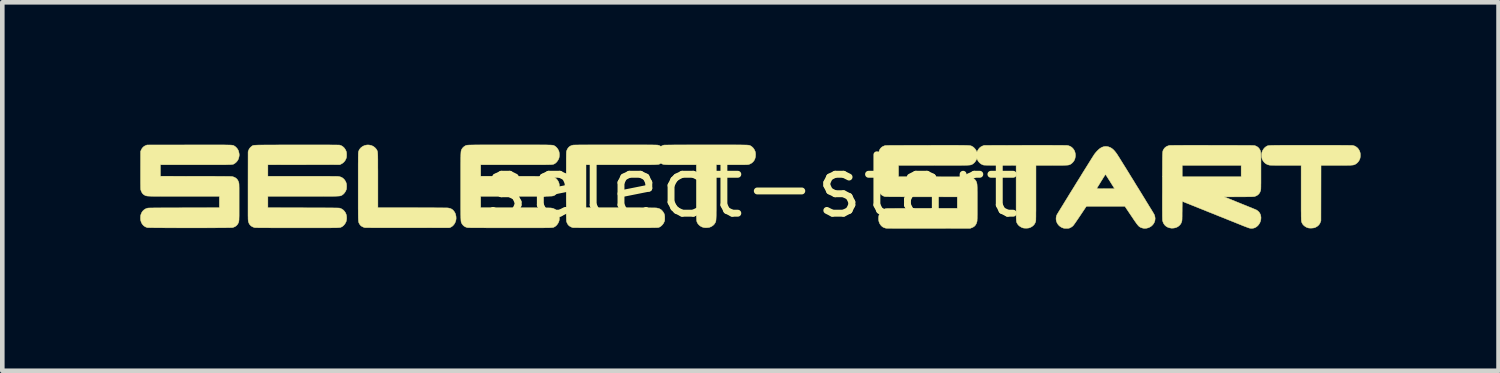
<source format=kicad_pcb>
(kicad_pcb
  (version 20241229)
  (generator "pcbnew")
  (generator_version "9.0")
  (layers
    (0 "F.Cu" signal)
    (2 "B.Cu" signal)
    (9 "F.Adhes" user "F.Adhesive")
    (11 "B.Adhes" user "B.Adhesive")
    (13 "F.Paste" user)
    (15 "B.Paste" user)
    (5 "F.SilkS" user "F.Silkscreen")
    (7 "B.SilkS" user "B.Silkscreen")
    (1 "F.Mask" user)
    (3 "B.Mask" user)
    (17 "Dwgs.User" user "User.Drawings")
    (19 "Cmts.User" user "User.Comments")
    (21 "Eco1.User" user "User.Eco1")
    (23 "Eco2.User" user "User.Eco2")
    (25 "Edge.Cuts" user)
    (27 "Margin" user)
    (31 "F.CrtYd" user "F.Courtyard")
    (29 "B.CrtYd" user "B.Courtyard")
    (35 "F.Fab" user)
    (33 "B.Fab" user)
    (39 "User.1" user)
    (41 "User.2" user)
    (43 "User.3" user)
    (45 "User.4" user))
  (footprint "select-start"
    (layer "F.Cu")
    (at 13.264 1.006)
    (property "Reference" "select-start" (at 0 0 0) (layer "F.SilkS") (effects (font (size 1.27 1.27) (thickness 0.15))))
    (attr through_hole)
    (fp_poly (pts (xy 12.303 -0.897) (xy 12.409 -0.897) (xy 12.508 -0.897) (xy 12.598 -0.897) (xy 12.68 -0.897) (xy 12.755 -0.897) (xy 12.822 -0.897) (xy 12.881 -0.896) (xy 12.933 -0.896) (xy 12.978 -0.896) (xy 13.015 -0.895) (xy 13.046 -0.895) (xy 13.07 -0.894) (xy 13.087 -0.894) (xy 13.097 -0.893) (xy 13.1 -0.893) (xy 13.138 -0.882) (xy 13.172 -0.863) (xy 13.203 -0.838) (xy 13.228 -0.807) (xy 13.247 -0.771) (xy 13.256 -0.745) (xy 13.261 -0.722) (xy 13.263 -0.694) (xy 13.263 -0.664) (xy 13.26 -0.635) (xy 13.255 -0.61) (xy 13.255 -0.609) (xy 13.24 -0.574) (xy 13.219 -0.541) (xy 13.193 -0.513) (xy 13.164 -0.491) (xy 13.153 -0.485) (xy 13.145 -0.481) (xy 13.137 -0.477) (xy 13.128 -0.474) (xy 13.119 -0.471) (xy 13.108 -0.469) (xy 13.095 -0.467) (xy 13.079 -0.466) (xy 13.059 -0.464) (xy 13.036 -0.463) (xy 13.008 -0.463) (xy 12.975 -0.462) (xy 12.937 -0.462) (xy 12.892 -0.462) (xy 12.84 -0.461) (xy 12.781 -0.461) (xy 12.738 -0.461) (xy 12.408 -0.461) (xy 12.407 0.141) (xy 12.406 0.743) (xy 12.396 0.771) (xy 12.38 0.807) (xy 12.357 0.838) (xy 12.327 0.864) (xy 12.293 0.884) (xy 12.269 0.894) (xy 12.242 0.9) (xy 12.21 0.903) (xy 12.178 0.904) (xy 12.148 0.902) (xy 12.134 0.9) (xy 12.1 0.889) (xy 12.067 0.871) (xy 12.038 0.849) (xy 12.014 0.824) (xy 12 0.801) (xy 11.997 0.795) (xy 11.994 0.789) (xy 11.991 0.783) (xy 11.989 0.778) (xy 11.987 0.771) (xy 11.985 0.763) (xy 11.983 0.754) (xy 11.982 0.743) (xy 11.98 0.729) (xy 11.979 0.712) (xy 11.979 0.692) (xy 11.978 0.669) (xy 11.977 0.641) (xy 11.977 0.608) (xy 11.977 0.571) (xy 11.976 0.528) (xy 11.976 0.479) (xy 11.976 0.424) (xy 11.976 0.362) (xy 11.976 0.293) (xy 11.976 0.216) (xy 11.976 0.135) (xy 11.976 -0.461) (xy 11.645 -0.461) (xy 11.573 -0.461) (xy 11.51 -0.462) (xy 11.455 -0.462) (xy 11.407 -0.462) (xy 11.368 -0.463) (xy 11.336 -0.464) (xy 11.312 -0.464) (xy 11.295 -0.465) (xy 11.286 -0.466) (xy 11.247 -0.477) (xy 11.211 -0.495) (xy 11.179 -0.52) (xy 11.153 -0.551) (xy 11.133 -0.586) (xy 11.125 -0.609) (xy 11.12 -0.634) (xy 11.117 -0.664) (xy 11.116 -0.694) (xy 11.119 -0.723) (xy 11.123 -0.745) (xy 11.138 -0.782) (xy 11.159 -0.816) (xy 11.184 -0.845) (xy 11.213 -0.868) (xy 11.222 -0.873) (xy 11.226 -0.876) (xy 11.231 -0.879) (xy 11.235 -0.881) (xy 11.24 -0.883) (xy 11.245 -0.885) (xy 11.251 -0.887) (xy 11.258 -0.888) (xy 11.268 -0.89) (xy 11.278 -0.891) (xy 11.292 -0.892) (xy 11.308 -0.893) (xy 11.327 -0.894) (xy 11.349 -0.894) (xy 11.375 -0.895) (xy 11.405 -0.896) (xy 11.44 -0.896) (xy 11.479 -0.896) (xy 11.523 -0.897) (xy 11.573 -0.897) (xy 11.628 -0.897) (xy 11.69 -0.897) (xy 11.758 -0.897) (xy 11.833 -0.897) (xy 11.915 -0.897) (xy 12.004 -0.897) (xy 12.101 -0.897) (xy 12.188 -0.897) (xy 12.303 -0.897)) (stroke (width 0.01) (type solid)) (fill yes) (layer "F.SilkS"))
    (fp_poly (pts (xy -8.274 -0.901) (xy -8.235 -0.891) (xy -8.198 -0.874) (xy -8.165 -0.849) (xy -8.159 -0.843) (xy -8.145 -0.829) (xy -8.132 -0.812) (xy -8.123 -0.798) (xy -8.122 -0.797) (xy -8.119 -0.791) (xy -8.116 -0.785) (xy -8.113 -0.779) (xy -8.111 -0.773) (xy -8.109 -0.766) (xy -8.107 -0.758) (xy -8.106 -0.749) (xy -8.104 -0.737) (xy -8.103 -0.722) (xy -8.102 -0.705) (xy -8.101 -0.685) (xy -8.1 -0.66) (xy -8.1 -0.631) (xy -8.099 -0.598) (xy -8.099 -0.56) (xy -8.099 -0.516) (xy -8.099 -0.466) (xy -8.099 -0.409) (xy -8.098 -0.346) (xy -8.098 -0.276) (xy -8.098 -0.198) (xy -8.098 -0.13) (xy -8.098 0.461) (xy -7.352 0.461) (xy -7.259 0.461) (xy -7.171 0.462) (xy -7.087 0.462) (xy -7.009 0.462) (xy -6.936 0.462) (xy -6.869 0.462) (xy -6.808 0.463) (xy -6.753 0.463) (xy -6.704 0.463) (xy -6.663 0.464) (xy -6.629 0.464) (xy -6.602 0.464) (xy -6.583 0.465) (xy -6.572 0.465) (xy -6.571 0.466) (xy -6.532 0.474) (xy -6.498 0.488) (xy -6.469 0.508) (xy -6.465 0.512) (xy -6.439 0.543) (xy -6.418 0.579) (xy -6.405 0.618) (xy -6.398 0.658) (xy -6.397 0.699) (xy -6.403 0.739) (xy -6.416 0.777) (xy -6.435 0.813) (xy -6.461 0.845) (xy -6.466 0.85) (xy -6.49 0.87) (xy -6.514 0.884) (xy -6.518 0.885) (xy -6.543 0.895) (xy -7.453 0.896) (xy -7.54 0.896) (xy -7.626 0.896) (xy -7.708 0.896) (xy -7.788 0.896) (xy -7.865 0.896) (xy -7.938 0.896) (xy -8.006 0.896) (xy -8.071 0.895) (xy -8.13 0.895) (xy -8.184 0.895) (xy -8.233 0.895) (xy -8.275 0.894) (xy -8.311 0.894) (xy -8.34 0.894) (xy -8.362 0.894) (xy -8.376 0.893) (xy -8.382 0.893) (xy -8.404 0.886) (xy -8.428 0.876) (xy -8.452 0.863) (xy -8.47 0.849) (xy -8.47 0.849) (xy -8.481 0.837) (xy -8.493 0.821) (xy -8.5 0.809) (xy -8.503 0.803) (xy -8.506 0.798) (xy -8.509 0.793) (xy -8.511 0.788) (xy -8.513 0.782) (xy -8.515 0.775) (xy -8.517 0.767) (xy -8.518 0.757) (xy -8.52 0.745) (xy -8.521 0.731) (xy -8.522 0.714) (xy -8.523 0.693) (xy -8.524 0.669) (xy -8.524 0.641) (xy -8.525 0.608) (xy -8.525 0.571) (xy -8.525 0.528) (xy -8.526 0.48) (xy -8.526 0.426) (xy -8.526 0.366) (xy -8.526 0.299) (xy -8.526 0.225) (xy -8.526 0.143) (xy -8.526 0.054) (xy -8.526 -0.003) (xy -8.526 -0.095) (xy -8.526 -0.18) (xy -8.526 -0.256) (xy -8.526 -0.326) (xy -8.526 -0.388) (xy -8.526 -0.444) (xy -8.526 -0.494) (xy -8.525 -0.538) (xy -8.525 -0.576) (xy -8.525 -0.61) (xy -8.525 -0.639) (xy -8.524 -0.663) (xy -8.524 -0.684) (xy -8.524 -0.702) (xy -8.523 -0.716) (xy -8.523 -0.727) (xy -8.522 -0.737) (xy -8.521 -0.744) (xy -8.521 -0.75) (xy -8.52 -0.754) (xy -8.519 -0.758) (xy -8.518 -0.761) (xy -8.506 -0.793) (xy -8.489 -0.819) (xy -8.467 -0.844) (xy -8.464 -0.847) (xy -8.43 -0.872) (xy -8.393 -0.89) (xy -8.354 -0.901) (xy -8.314 -0.905) (xy -8.274 -0.901)) (stroke (width 0.01) (type solid)) (fill yes) (layer "F.SilkS"))
    (fp_poly (pts (xy 7.768 -0.868) (xy 7.779 -0.866) (xy 7.811 -0.855) (xy 7.841 -0.841) (xy 7.869 -0.822) (xy 7.897 -0.798) (xy 7.925 -0.767) (xy 7.954 -0.73) (xy 7.982 -0.69) (xy 7.988 -0.68) (xy 7.998 -0.664) (xy 8.012 -0.642) (xy 8.03 -0.614) (xy 8.05 -0.581) (xy 8.074 -0.543) (xy 8.1 -0.501) (xy 8.128 -0.456) (xy 8.159 -0.407) (xy 8.191 -0.355) (xy 8.225 -0.3) (xy 8.259 -0.244) (xy 8.295 -0.186) (xy 8.332 -0.127) (xy 8.368 -0.067) (xy 8.405 -0.007) (xy 8.442 0.052) (xy 8.478 0.111) (xy 8.514 0.169) (xy 8.548 0.225) (xy 8.581 0.278) (xy 8.612 0.33) (xy 8.642 0.378) (xy 8.669 0.423) (xy 8.694 0.463) (xy 8.717 0.5) (xy 8.736 0.531) (xy 8.752 0.558) (xy 8.764 0.578) (xy 8.773 0.593) (xy 8.777 0.6) (xy 8.778 0.601) (xy 8.789 0.628) (xy 8.797 0.659) (xy 8.801 0.689) (xy 8.801 0.697) (xy 8.797 0.737) (xy 8.786 0.773) (xy 8.768 0.807) (xy 8.745 0.836) (xy 8.717 0.862) (xy 8.685 0.882) (xy 8.651 0.897) (xy 8.614 0.906) (xy 8.575 0.909) (xy 8.537 0.905) (xy 8.498 0.893) (xy 8.489 0.889) (xy 8.478 0.884) (xy 8.468 0.878) (xy 8.458 0.871) (xy 8.448 0.863) (xy 8.438 0.852) (xy 8.426 0.839) (xy 8.413 0.823) (xy 8.397 0.803) (xy 8.38 0.778) (xy 8.359 0.749) (xy 8.335 0.714) (xy 8.308 0.673) (xy 8.278 0.629) (xy 8.143 0.428) (xy 7.725 0.428) (xy 7.307 0.428) (xy 7.172 0.63) (xy 7.139 0.679) (xy 7.109 0.723) (xy 7.083 0.761) (xy 7.061 0.793) (xy 7.043 0.818) (xy 7.028 0.838) (xy 7.018 0.851) (xy 7.014 0.855) (xy 6.996 0.87) (xy 6.974 0.885) (xy 6.96 0.892) (xy 6.946 0.899) (xy 6.935 0.904) (xy 6.923 0.906) (xy 6.91 0.908) (xy 6.893 0.909) (xy 6.879 0.909) (xy 6.846 0.909) (xy 6.82 0.906) (xy 6.808 0.904) (xy 6.77 0.889) (xy 6.735 0.868) (xy 6.706 0.842) (xy 6.682 0.812) (xy 6.664 0.778) (xy 6.652 0.742) (xy 6.647 0.705) (xy 6.65 0.666) (xy 6.66 0.629) (xy 6.665 0.616) (xy 6.668 0.61) (xy 6.676 0.597) (xy 6.687 0.578) (xy 6.702 0.553) (xy 6.721 0.523) (xy 6.742 0.488) (xy 6.767 0.448) (xy 6.794 0.404) (xy 6.823 0.357) (xy 6.854 0.306) (xy 6.887 0.253) (xy 6.921 0.197) (xy 6.956 0.14) (xy 6.993 0.081) (xy 7.018 0.041) (xy 7.532 0.041) (xy 7.533 0.042) (xy 7.537 0.043) (xy 7.545 0.044) (xy 7.558 0.045) (xy 7.576 0.046) (xy 7.599 0.046) (xy 7.629 0.046) (xy 7.666 0.046) (xy 7.711 0.047) (xy 7.725 0.047) (xy 7.921 0.047) (xy 7.909 0.028) (xy 7.904 0.02) (xy 7.895 0.006) (xy 7.883 -0.013) (xy 7.868 -0.037) (xy 7.851 -0.064) (xy 7.832 -0.094) (xy 7.813 -0.125) (xy 7.811 -0.128) (xy 7.787 -0.165) (xy 7.768 -0.195) (xy 7.753 -0.219) (xy 7.741 -0.237) (xy 7.731 -0.25) (xy 7.725 -0.258) (xy 7.721 -0.261) (xy 7.719 -0.261) (xy 7.716 -0.257) (xy 7.709 -0.246) (xy 7.698 -0.229) (xy 7.685 -0.209) (xy 7.67 -0.185) (xy 7.654 -0.158) (xy 7.636 -0.13) (xy 7.618 -0.101) (xy 7.601 -0.072) (xy 7.584 -0.045) (xy 7.569 -0.02) (xy 7.555 0.002) (xy 7.544 0.02) (xy 7.537 0.033) (xy 7.533 0.04) (xy 7.532 0.041) (xy 7.018 0.041) (xy 7.03 0.022) (xy 7.067 -0.039) (xy 7.104 -0.099) (xy 7.141 -0.158) (xy 7.178 -0.217) (xy 7.213 -0.275) (xy 7.248 -0.331) (xy 7.281 -0.384) (xy 7.313 -0.435) (xy 7.343 -0.483) (xy 7.371 -0.528) (xy 7.396 -0.568) (xy 7.418 -0.604) (xy 7.438 -0.635) (xy 7.454 -0.66) (xy 7.467 -0.68) (xy 7.475 -0.694) (xy 7.48 -0.7) (xy 7.5 -0.727) (xy 7.524 -0.755) (xy 7.55 -0.782) (xy 7.575 -0.806) (xy 7.599 -0.826) (xy 7.61 -0.834) (xy 7.648 -0.855) (xy 7.688 -0.868) (xy 7.728 -0.872) (xy 7.768 -0.868)) (stroke (width 0.01) (type solid)) (fill yes) (layer "F.SilkS"))
    (fp_poly (pts (xy -9.447 -0.905) (xy -9.362 -0.905) (xy -9.283 -0.905) (xy -9.212 -0.905) (xy -9.149 -0.905) (xy -9.094 -0.904) (xy -9.047 -0.904) (xy -9.007 -0.904) (xy -8.976 -0.903) (xy -8.953 -0.903) (xy -8.938 -0.902) (xy -8.932 -0.902) (xy -8.896 -0.89) (xy -8.863 -0.871) (xy -8.834 -0.845) (xy -8.81 -0.813) (xy -8.791 -0.777) (xy -8.788 -0.768) (xy -8.784 -0.756) (xy -8.781 -0.743) (xy -8.779 -0.727) (xy -8.779 -0.707) (xy -8.778 -0.69) (xy -8.779 -0.666) (xy -8.78 -0.647) (xy -8.782 -0.633) (xy -8.785 -0.62) (xy -8.788 -0.612) (xy -8.806 -0.573) (xy -8.83 -0.54) (xy -8.86 -0.512) (xy -8.894 -0.491) (xy -8.926 -0.476) (xy -9.708 -0.475) (xy -10.49 -0.474) (xy -10.49 -0.224) (xy -9.746 -0.224) (xy -9.654 -0.224) (xy -9.566 -0.224) (xy -9.483 -0.224) (xy -9.405 -0.224) (xy -9.332 -0.224) (xy -9.265 -0.223) (xy -9.203 -0.223) (xy -9.148 -0.223) (xy -9.099 -0.222) (xy -9.058 -0.222) (xy -9.023 -0.222) (xy -8.996 -0.221) (xy -8.976 -0.221) (xy -8.965 -0.22) (xy -8.963 -0.22) (xy -8.923 -0.213) (xy -8.889 -0.201) (xy -8.86 -0.183) (xy -8.834 -0.159) (xy -8.818 -0.139) (xy -8.801 -0.112) (xy -8.79 -0.087) (xy -8.782 -0.061) (xy -8.779 -0.032) (xy -8.778 -0.002) (xy -8.779 0.023) (xy -8.78 0.041) (xy -8.782 0.056) (xy -8.786 0.07) (xy -8.788 0.074) (xy -8.803 0.107) (xy -8.823 0.137) (xy -8.847 0.163) (xy -8.873 0.184) (xy -8.883 0.189) (xy -8.889 0.192) (xy -8.893 0.195) (xy -8.898 0.197) (xy -8.903 0.199) (xy -8.908 0.201) (xy -8.915 0.202) (xy -8.923 0.204) (xy -8.932 0.205) (xy -8.944 0.206) (xy -8.958 0.207) (xy -8.976 0.208) (xy -8.996 0.209) (xy -9.02 0.21) (xy -9.048 0.21) (xy -9.081 0.211) (xy -9.118 0.211) (xy -9.16 0.211) (xy -9.208 0.211) (xy -9.262 0.211) (xy -9.322 0.212) (xy -9.389 0.212) (xy -9.463 0.212) (xy -9.544 0.212) (xy -9.632 0.212) (xy -9.719 0.212) (xy -10.49 0.212) (xy -10.49 0.461) (xy -9.719 0.462) (xy -9.624 0.463) (xy -9.537 0.463) (xy -9.457 0.463) (xy -9.385 0.463) (xy -9.32 0.463) (xy -9.262 0.463) (xy -9.21 0.464) (xy -9.164 0.464) (xy -9.123 0.464) (xy -9.087 0.464) (xy -9.056 0.465) (xy -9.029 0.465) (xy -9.007 0.465) (xy -8.988 0.466) (xy -8.972 0.466) (xy -8.959 0.467) (xy -8.949 0.467) (xy -8.941 0.468) (xy -8.934 0.469) (xy -8.929 0.469) (xy -8.925 0.47) (xy -8.922 0.471) (xy -8.885 0.487) (xy -8.852 0.509) (xy -8.824 0.538) (xy -8.801 0.572) (xy -8.788 0.605) (xy -8.781 0.632) (xy -8.778 0.663) (xy -8.777 0.697) (xy -8.781 0.729) (xy -8.787 0.756) (xy -8.787 0.758) (xy -8.801 0.788) (xy -8.819 0.817) (xy -8.841 0.843) (xy -8.865 0.864) (xy -8.881 0.874) (xy -8.886 0.877) (xy -8.891 0.879) (xy -8.895 0.881) (xy -8.899 0.883) (xy -8.904 0.885) (xy -8.909 0.887) (xy -8.916 0.889) (xy -8.924 0.89) (xy -8.934 0.891) (xy -8.946 0.892) (xy -8.96 0.893) (xy -8.977 0.894) (xy -8.998 0.895) (xy -9.022 0.895) (xy -9.05 0.896) (xy -9.082 0.896) (xy -9.118 0.897) (xy -9.16 0.897) (xy -9.207 0.897) (xy -9.259 0.897) (xy -9.317 0.897) (xy -9.382 0.897) (xy -9.453 0.897) (xy -9.531 0.897) (xy -9.617 0.897) (xy -9.71 0.897) (xy -9.811 0.897) (xy -9.853 0.897) (xy -9.958 0.897) (xy -10.054 0.897) (xy -10.143 0.897) (xy -10.224 0.897) (xy -10.299 0.897) (xy -10.366 0.897) (xy -10.427 0.897) (xy -10.482 0.896) (xy -10.531 0.896) (xy -10.574 0.896) (xy -10.612 0.896) (xy -10.645 0.896) (xy -10.674 0.895) (xy -10.699 0.895) (xy -10.719 0.894) (xy -10.737 0.894) (xy -10.751 0.894) (xy -10.762 0.893) (xy -10.77 0.892) (xy -10.776 0.892) (xy -10.781 0.891) (xy -10.782 0.891) (xy -10.82 0.877) (xy -10.851 0.859) (xy -10.866 0.846) (xy -10.885 0.825) (xy -10.899 0.802) (xy -10.909 0.775) (xy -10.914 0.759) (xy -10.915 0.755) (xy -10.916 0.751) (xy -10.917 0.746) (xy -10.917 0.74) (xy -10.918 0.732) (xy -10.919 0.723) (xy -10.919 0.712) (xy -10.92 0.699) (xy -10.92 0.683) (xy -10.92 0.663) (xy -10.921 0.64) (xy -10.921 0.613) (xy -10.921 0.581) (xy -10.921 0.545) (xy -10.921 0.503) (xy -10.921 0.456) (xy -10.921 0.403) (xy -10.921 0.344) (xy -10.921 0.278) (xy -10.921 0.205) (xy -10.921 0.124) (xy -10.921 0.035) (xy -10.921 -0.015) (xy -10.92 -0.756) (xy -10.911 -0.783) (xy -10.895 -0.818) (xy -10.873 -0.848) (xy -10.846 -0.871) (xy -10.845 -0.872) (xy -10.84 -0.876) (xy -10.836 -0.879) (xy -10.832 -0.882) (xy -10.828 -0.885) (xy -10.824 -0.887) (xy -10.819 -0.89) (xy -10.814 -0.892) (xy -10.807 -0.893) (xy -10.799 -0.895) (xy -10.788 -0.897) (xy -10.776 -0.898) (xy -10.76 -0.899) (xy -10.742 -0.9) (xy -10.721 -0.901) (xy -10.696 -0.902) (xy -10.666 -0.902) (xy -10.633 -0.903) (xy -10.595 -0.903) (xy -10.552 -0.904) (xy -10.503 -0.904) (xy -10.449 -0.904) (xy -10.389 -0.904) (xy -10.322 -0.904) (xy -10.249 -0.905) (xy -10.168 -0.905) (xy -10.081 -0.905) (xy -9.985 -0.905) (xy -9.882 -0.905) (xy -9.864 -0.905) (xy -9.749 -0.905) (xy -9.641 -0.905) (xy -9.541 -0.905) (xy -9.447 -0.905)) (stroke (width 0.01) (type solid)) (fill yes) (layer "F.SilkS"))
    (fp_poly (pts (xy 9.737 -0.897) (xy 9.834 -0.897) (xy 9.938 -0.897) (xy 10.048 -0.896) (xy 10.151 -0.896) (xy 10.247 -0.896) (xy 10.334 -0.896) (xy 10.414 -0.896) (xy 10.487 -0.896) (xy 10.554 -0.896) (xy 10.614 -0.895) (xy 10.667 -0.895) (xy 10.715 -0.895) (xy 10.758 -0.895) (xy 10.795 -0.895) (xy 10.828 -0.894) (xy 10.856 -0.894) (xy 10.881 -0.894) (xy 10.901 -0.893) (xy 10.919 -0.893) (xy 10.933 -0.892) (xy 10.944 -0.892) (xy 10.953 -0.891) (xy 10.96 -0.891) (xy 10.966 -0.89) (xy 10.97 -0.889) (xy 10.973 -0.888) (xy 10.974 -0.888) (xy 11.011 -0.872) (xy 11.041 -0.851) (xy 11.064 -0.825) (xy 11.08 -0.799) (xy 11.084 -0.791) (xy 11.087 -0.784) (xy 11.09 -0.776) (xy 11.092 -0.768) (xy 11.094 -0.759) (xy 11.096 -0.748) (xy 11.097 -0.735) (xy 11.099 -0.719) (xy 11.1 -0.699) (xy 11.1 -0.676) (xy 11.101 -0.648) (xy 11.101 -0.615) (xy 11.102 -0.577) (xy 11.102 -0.532) (xy 11.102 -0.481) (xy 11.102 -0.422) (xy 11.102 -0.356) (xy 11.102 -0.334) (xy 11.102 -0.267) (xy 11.102 -0.208) (xy 11.102 -0.157) (xy 11.102 -0.112) (xy 11.102 -0.074) (xy 11.101 -0.041) (xy 11.101 -0.013) (xy 11.101 0.009) (xy 11.1 0.028) (xy 11.1 0.043) (xy 11.099 0.055) (xy 11.098 0.065) (xy 11.097 0.072) (xy 11.096 0.078) (xy 11.095 0.083) (xy 11.095 0.084) (xy 11.081 0.122) (xy 11.062 0.153) (xy 11.037 0.179) (xy 11.007 0.199) (xy 10.969 0.214) (xy 10.966 0.215) (xy 10.961 0.216) (xy 10.955 0.218) (xy 10.946 0.219) (xy 10.934 0.219) (xy 10.918 0.22) (xy 10.899 0.221) (xy 10.874 0.221) (xy 10.845 0.222) (xy 10.81 0.222) (xy 10.768 0.223) (xy 10.72 0.223) (xy 10.664 0.223) (xy 10.624 0.223) (xy 10.302 0.225) (xy 10.644 0.362) (xy 10.695 0.383) (xy 10.745 0.403) (xy 10.792 0.422) (xy 10.836 0.44) (xy 10.877 0.456) (xy 10.913 0.471) (xy 10.944 0.484) (xy 10.969 0.494) (xy 10.988 0.503) (xy 11.001 0.508) (xy 11.005 0.51) (xy 11.02 0.52) (xy 11.036 0.533) (xy 11.044 0.539) (xy 11.069 0.567) (xy 11.087 0.6) (xy 11.098 0.635) (xy 11.103 0.673) (xy 11.101 0.711) (xy 11.093 0.749) (xy 11.078 0.787) (xy 11.057 0.822) (xy 11.033 0.851) (xy 11.002 0.877) (xy 10.968 0.896) (xy 10.933 0.906) (xy 10.894 0.909) (xy 10.859 0.905) (xy 10.85 0.903) (xy 10.834 0.898) (xy 10.812 0.89) (xy 10.786 0.88) (xy 10.757 0.869) (xy 10.725 0.857) (xy 10.709 0.851) (xy 10.69 0.843) (xy 10.664 0.832) (xy 10.631 0.819) (xy 10.591 0.803) (xy 10.547 0.785) (xy 10.497 0.765) (xy 10.442 0.743) (xy 10.384 0.72) (xy 10.323 0.695) (xy 10.258 0.669) (xy 10.191 0.643) (xy 10.123 0.615) (xy 10.054 0.587) (xy 9.992 0.563) (xy 9.925 0.536) (xy 9.859 0.509) (xy 9.796 0.484) (xy 9.736 0.46) (xy 9.68 0.437) (xy 9.627 0.416) (xy 9.579 0.397) (xy 9.535 0.379) (xy 9.497 0.364) (xy 9.464 0.351) (xy 9.437 0.34) (xy 9.417 0.332) (xy 9.403 0.326) (xy 9.397 0.324) (xy 9.396 0.323) (xy 9.395 0.324) (xy 9.394 0.326) (xy 9.393 0.331) (xy 9.392 0.339) (xy 9.391 0.352) (xy 9.39 0.369) (xy 9.39 0.391) (xy 9.39 0.419) (xy 9.389 0.455) (xy 9.389 0.497) (xy 9.389 0.53) (xy 9.388 0.578) (xy 9.388 0.617) (xy 9.388 0.651) (xy 9.387 0.677) (xy 9.387 0.699) (xy 9.386 0.716) (xy 9.385 0.73) (xy 9.384 0.74) (xy 9.383 0.748) (xy 9.381 0.755) (xy 9.379 0.762) (xy 9.378 0.765) (xy 9.366 0.796) (xy 9.35 0.822) (xy 9.329 0.845) (xy 9.324 0.85) (xy 9.291 0.875) (xy 9.253 0.892) (xy 9.212 0.902) (xy 9.168 0.905) (xy 9.159 0.905) (xy 9.115 0.898) (xy 9.076 0.885) (xy 9.041 0.865) (xy 9.012 0.839) (xy 8.989 0.808) (xy 8.972 0.771) (xy 8.964 0.742) (xy 8.963 0.737) (xy 8.962 0.731) (xy 8.962 0.723) (xy 8.961 0.713) (xy 8.961 0.7) (xy 8.96 0.684) (xy 8.96 0.665) (xy 8.959 0.643) (xy 8.959 0.616) (xy 8.959 0.585) (xy 8.959 0.548) (xy 8.958 0.507) (xy 8.958 0.46) (xy 8.958 0.407) (xy 8.958 0.348) (xy 8.958 0.282) (xy 8.958 0.209) (xy 8.959 0.129) (xy 8.959 0.04) (xy 8.959 -0.014) (xy 8.959 -0.107) (xy 8.959 -0.192) (xy 8.959 -0.269) (xy 8.959 -0.338) (xy 8.96 -0.401) (xy 8.96 -0.458) (xy 8.96 -0.461) (xy 9.39 -0.461) (xy 9.39 -0.212) (xy 10.672 -0.212) (xy 10.672 -0.461) (xy 9.39 -0.461) (xy 8.96 -0.461) (xy 8.96 -0.508) (xy 8.96 -0.552) (xy 8.961 -0.591) (xy 8.961 -0.625) (xy 8.962 -0.655) (xy 8.962 -0.68) (xy 8.963 -0.702) (xy 8.964 -0.72) (xy 8.965 -0.735) (xy 8.966 -0.748) (xy 8.967 -0.758) (xy 8.969 -0.766) (xy 8.97 -0.773) (xy 8.972 -0.779) (xy 8.974 -0.784) (xy 8.976 -0.789) (xy 8.979 -0.794) (xy 8.982 -0.799) (xy 8.983 -0.802) (xy 9.001 -0.831) (xy 9.026 -0.855) (xy 9.057 -0.875) (xy 9.092 -0.888) (xy 9.113 -0.893) (xy 9.119 -0.894) (xy 9.13 -0.894) (xy 9.147 -0.895) (xy 9.169 -0.895) (xy 9.197 -0.895) (xy 9.23 -0.896) (xy 9.27 -0.896) (xy 9.316 -0.896) (xy 9.368 -0.896) (xy 9.428 -0.897) (xy 9.494 -0.897) (xy 9.568 -0.897) (xy 9.649 -0.897) (xy 9.737 -0.897)) (stroke (width 0.01) (type solid)) (fill yes) (layer "F.SilkS"))
    (fp_poly (pts (xy -11.625 -0.905) (xy -11.569 -0.905) (xy -11.519 -0.905) (xy -11.475 -0.905) (xy -11.436 -0.905) (xy -11.401 -0.904) (xy -11.371 -0.904) (xy -11.345 -0.903) (xy -11.322 -0.903) (xy -11.303 -0.902) (xy -11.287 -0.901) (xy -11.274 -0.9) (xy -11.263 -0.898) (xy -11.254 -0.897) (xy -11.247 -0.895) (xy -11.241 -0.894) (xy -11.236 -0.892) (xy -11.231 -0.89) (xy -11.227 -0.887) (xy -11.223 -0.885) (xy -11.219 -0.882) (xy -11.216 -0.88) (xy -11.194 -0.865) (xy -11.172 -0.843) (xy -11.152 -0.819) (xy -11.138 -0.796) (xy -11.129 -0.775) (xy -11.122 -0.749) (xy -11.116 -0.722) (xy -11.113 -0.698) (xy -11.113 -0.69) (xy -11.114 -0.667) (xy -11.119 -0.641) (xy -11.126 -0.614) (xy -11.135 -0.591) (xy -11.138 -0.584) (xy -11.154 -0.558) (xy -11.176 -0.532) (xy -11.2 -0.511) (xy -11.215 -0.501) (xy -11.22 -0.498) (xy -11.225 -0.495) (xy -11.229 -0.492) (xy -11.234 -0.489) (xy -11.239 -0.487) (xy -11.245 -0.485) (xy -11.252 -0.483) (xy -11.261 -0.482) (xy -11.272 -0.481) (xy -11.285 -0.479) (xy -11.301 -0.478) (xy -11.321 -0.477) (xy -11.344 -0.477) (xy -11.37 -0.476) (xy -11.401 -0.475) (xy -11.437 -0.475) (xy -11.477 -0.475) (xy -11.523 -0.474) (xy -11.575 -0.474) (xy -11.633 -0.474) (xy -11.697 -0.474) (xy -11.769 -0.474) (xy -11.847 -0.474) (xy -11.933 -0.474) (xy -12.027 -0.474) (xy -12.057 -0.474) (xy -12.827 -0.474) (xy -12.827 -0.225) (xy -12.053 -0.223) (xy -11.958 -0.223) (xy -11.871 -0.223) (xy -11.791 -0.223) (xy -11.719 -0.223) (xy -11.654 -0.223) (xy -11.595 -0.222) (xy -11.543 -0.222) (xy -11.497 -0.222) (xy -11.456 -0.222) (xy -11.42 -0.221) (xy -11.389 -0.221) (xy -11.362 -0.221) (xy -11.339 -0.22) (xy -11.32 -0.22) (xy -11.304 -0.219) (xy -11.292 -0.219) (xy -11.281 -0.218) (xy -11.273 -0.218) (xy -11.266 -0.217) (xy -11.261 -0.216) (xy -11.257 -0.215) (xy -11.254 -0.215) (xy -11.219 -0.202) (xy -11.191 -0.187) (xy -11.168 -0.168) (xy -11.166 -0.166) (xy -11.149 -0.145) (xy -11.137 -0.124) (xy -11.127 -0.099) (xy -11.122 -0.084) (xy -11.121 -0.079) (xy -11.12 -0.074) (xy -11.119 -0.067) (xy -11.118 -0.059) (xy -11.117 -0.048) (xy -11.117 -0.035) (xy -11.116 -0.018) (xy -11.116 0.002) (xy -11.115 0.027) (xy -11.115 0.057) (xy -11.115 0.092) (xy -11.115 0.133) (xy -11.115 0.181) (xy -11.115 0.236) (xy -11.115 0.298) (xy -11.115 0.337) (xy -11.115 0.405) (xy -11.115 0.465) (xy -11.115 0.518) (xy -11.115 0.564) (xy -11.115 0.604) (xy -11.115 0.638) (xy -11.116 0.668) (xy -11.117 0.692) (xy -11.117 0.712) (xy -11.118 0.729) (xy -11.12 0.743) (xy -11.121 0.754) (xy -11.123 0.764) (xy -11.125 0.772) (xy -11.128 0.78) (xy -11.131 0.787) (xy -11.134 0.794) (xy -11.136 0.798) (xy -11.153 0.827) (xy -11.178 0.853) (xy -11.208 0.873) (xy -11.243 0.887) (xy -11.257 0.891) (xy -11.264 0.892) (xy -11.28 0.892) (xy -11.303 0.893) (xy -11.333 0.894) (xy -11.369 0.894) (xy -11.412 0.895) (xy -11.46 0.895) (xy -11.513 0.896) (xy -11.571 0.896) (xy -11.633 0.897) (xy -11.699 0.897) (xy -11.767 0.897) (xy -11.839 0.898) (xy -11.912 0.898) (xy -11.988 0.898) (xy -12.064 0.898) (xy -12.141 0.898) (xy -12.219 0.898) (xy -12.296 0.898) (xy -12.373 0.898) (xy -12.449 0.898) (xy -12.522 0.897) (xy -12.594 0.897) (xy -12.663 0.897) (xy -12.729 0.897) (xy -12.792 0.896) (xy -12.85 0.896) (xy -12.904 0.895) (xy -12.953 0.895) (xy -12.996 0.894) (xy -13.034 0.894) (xy -13.064 0.893) (xy -13.088 0.892) (xy -13.105 0.892) (xy -13.114 0.891) (xy -13.114 0.891) (xy -13.151 0.877) (xy -13.184 0.856) (xy -13.212 0.828) (xy -13.234 0.795) (xy -13.249 0.757) (xy -13.252 0.747) (xy -13.257 0.722) (xy -13.259 0.693) (xy -13.258 0.662) (xy -13.256 0.633) (xy -13.251 0.61) (xy -13.25 0.609) (xy -13.235 0.57) (xy -13.214 0.537) (xy -13.187 0.51) (xy -13.155 0.488) (xy -13.115 0.472) (xy -13.115 0.471) (xy -13.112 0.471) (xy -13.108 0.47) (xy -13.104 0.469) (xy -13.098 0.468) (xy -13.09 0.467) (xy -13.081 0.467) (xy -13.069 0.466) (xy -13.054 0.466) (xy -13.037 0.465) (xy -13.016 0.465) (xy -12.99 0.465) (xy -12.961 0.464) (xy -12.927 0.464) (xy -12.888 0.464) (xy -12.844 0.464) (xy -12.794 0.463) (xy -12.738 0.463) (xy -12.675 0.463) (xy -12.606 0.463) (xy -12.529 0.463) (xy -12.445 0.463) (xy -12.353 0.462) (xy -12.318 0.462) (xy -11.544 0.461) (xy -11.544 0.212) (xy -12.32 0.212) (xy -12.417 0.212) (xy -12.506 0.212) (xy -12.587 0.212) (xy -12.66 0.212) (xy -12.727 0.212) (xy -12.787 0.212) (xy -12.84 0.211) (xy -12.888 0.211) (xy -12.931 0.211) (xy -12.968 0.211) (xy -13.001 0.21) (xy -13.029 0.21) (xy -13.053 0.209) (xy -13.074 0.208) (xy -13.091 0.207) (xy -13.106 0.206) (xy -13.118 0.205) (xy -13.127 0.203) (xy -13.135 0.201) (xy -13.142 0.2) (xy -13.148 0.198) (xy -13.153 0.195) (xy -13.158 0.193) (xy -13.163 0.19) (xy -13.168 0.187) (xy -13.171 0.186) (xy -13.187 0.176) (xy -13.202 0.164) (xy -13.211 0.155) (xy -13.226 0.135) (xy -13.239 0.109) (xy -13.25 0.082) (xy -13.255 0.063) (xy -13.255 0.054) (xy -13.256 0.037) (xy -13.257 0.011) (xy -13.257 -0.023) (xy -13.258 -0.065) (xy -13.258 -0.114) (xy -13.258 -0.172) (xy -13.258 -0.237) (xy -13.258 -0.31) (xy -13.258 -0.362) (xy -13.257 -0.764) (xy -13.247 -0.788) (xy -13.228 -0.825) (xy -13.205 -0.854) (xy -13.177 -0.877) (xy -13.142 -0.894) (xy -13.142 -0.894) (xy -13.117 -0.904) (xy -12.203 -0.905) (xy -12.098 -0.905) (xy -12 -0.905) (xy -11.911 -0.905) (xy -11.829 -0.905) (xy -11.754 -0.905) (xy -11.686 -0.905) (xy -11.625 -0.905)) (stroke (width 0.01) (type solid)) (fill yes) (layer "F.SilkS"))
    (fp_poly (pts (xy -4.856 -0.906) (xy -4.782 -0.906) (xy -4.715 -0.906) (xy -4.654 -0.906) (xy -4.6 -0.906) (xy -4.551 -0.905) (xy -4.507 -0.905) (xy -4.469 -0.905) (xy -4.435 -0.905) (xy -4.406 -0.904) (xy -4.38 -0.903) (xy -4.358 -0.903) (xy -4.34 -0.902) (xy -4.325 -0.901) (xy -4.312 -0.9) (xy -4.301 -0.899) (xy -4.293 -0.898) (xy -4.286 -0.896) (xy -4.28 -0.895) (xy -4.275 -0.893) (xy -4.271 -0.891) (xy -4.267 -0.889) (xy -4.263 -0.887) (xy -4.258 -0.885) (xy -4.257 -0.884) (xy -4.233 -0.868) (xy -4.209 -0.845) (xy -4.188 -0.818) (xy -4.171 -0.788) (xy -4.161 -0.763) (xy -4.155 -0.734) (xy -4.152 -0.701) (xy -4.153 -0.666) (xy -4.157 -0.635) (xy -4.161 -0.617) (xy -4.174 -0.587) (xy -4.192 -0.558) (xy -4.213 -0.531) (xy -4.237 -0.509) (xy -4.257 -0.496) (xy -4.262 -0.493) (xy -4.267 -0.491) (xy -4.271 -0.489) (xy -4.276 -0.487) (xy -4.281 -0.485) (xy -4.287 -0.483) (xy -4.295 -0.482) (xy -4.304 -0.48) (xy -4.315 -0.479) (xy -4.329 -0.478) (xy -4.346 -0.477) (xy -4.365 -0.477) (xy -4.389 -0.476) (xy -4.416 -0.476) (xy -4.448 -0.475) (xy -4.484 -0.475) (xy -4.526 -0.475) (xy -4.573 -0.474) (xy -4.625 -0.474) (xy -4.684 -0.474) (xy -4.75 -0.474) (xy -4.822 -0.474) (xy -4.902 -0.474) (xy -4.99 -0.474) (xy -5.085 -0.474) (xy -5.091 -0.474) (xy -5.863 -0.474) (xy -5.863 -0.225) (xy -5.092 -0.223) (xy -4.997 -0.223) (xy -4.91 -0.223) (xy -4.831 -0.223) (xy -4.759 -0.223) (xy -4.694 -0.223) (xy -4.636 -0.222) (xy -4.584 -0.222) (xy -4.537 -0.222) (xy -4.497 -0.222) (xy -4.461 -0.222) (xy -4.43 -0.221) (xy -4.404 -0.221) (xy -4.381 -0.221) (xy -4.363 -0.22) (xy -4.347 -0.22) (xy -4.334 -0.219) (xy -4.324 -0.219) (xy -4.316 -0.218) (xy -4.31 -0.217) (xy -4.305 -0.216) (xy -4.301 -0.216) (xy -4.298 -0.215) (xy -4.297 -0.214) (xy -4.28 -0.208) (xy -4.264 -0.202) (xy -4.257 -0.198) (xy -4.232 -0.181) (xy -4.208 -0.158) (xy -4.187 -0.13) (xy -4.17 -0.1) (xy -4.161 -0.077) (xy -4.155 -0.048) (xy -4.152 -0.015) (xy -4.153 0.019) (xy -4.157 0.05) (xy -4.161 0.068) (xy -4.174 0.099) (xy -4.192 0.129) (xy -4.215 0.156) (xy -4.239 0.178) (xy -4.258 0.19) (xy -4.263 0.193) (xy -4.268 0.195) (xy -4.272 0.197) (xy -4.277 0.199) (xy -4.282 0.201) (xy -4.289 0.203) (xy -4.297 0.204) (xy -4.307 0.205) (xy -4.319 0.207) (xy -4.333 0.208) (xy -4.351 0.208) (xy -4.372 0.209) (xy -4.396 0.21) (xy -4.425 0.21) (xy -4.457 0.211) (xy -4.495 0.211) (xy -4.538 0.211) (xy -4.587 0.211) (xy -4.641 0.212) (xy -4.702 0.212) (xy -4.769 0.212) (xy -4.843 0.212) (xy -4.925 0.212) (xy -5.015 0.212) (xy -5.094 0.212) (xy -5.863 0.212) (xy -5.863 0.461) (xy -5.119 0.462) (xy -5.025 0.462) (xy -4.936 0.462) (xy -4.852 0.462) (xy -4.773 0.462) (xy -4.7 0.462) (xy -4.632 0.462) (xy -4.571 0.463) (xy -4.516 0.463) (xy -4.468 0.463) (xy -4.426 0.464) (xy -4.392 0.464) (xy -4.366 0.465) (xy -4.347 0.465) (xy -4.337 0.466) (xy -4.336 0.466) (xy -4.295 0.473) (xy -4.259 0.488) (xy -4.227 0.509) (xy -4.2 0.537) (xy -4.186 0.556) (xy -4.169 0.589) (xy -4.158 0.623) (xy -4.153 0.661) (xy -4.152 0.677) (xy -4.153 0.698) (xy -4.154 0.718) (xy -4.156 0.734) (xy -4.157 0.739) (xy -4.167 0.77) (xy -4.183 0.801) (xy -4.203 0.829) (xy -4.226 0.854) (xy -4.251 0.872) (xy -4.253 0.873) (xy -4.258 0.876) (xy -4.262 0.878) (xy -4.267 0.881) (xy -4.271 0.883) (xy -4.275 0.885) (xy -4.281 0.887) (xy -4.288 0.888) (xy -4.296 0.89) (xy -4.306 0.891) (xy -4.318 0.892) (xy -4.333 0.893) (xy -4.351 0.894) (xy -4.372 0.895) (xy -4.396 0.895) (xy -4.425 0.896) (xy -4.457 0.896) (xy -4.494 0.897) (xy -4.537 0.897) (xy -4.584 0.897) (xy -4.637 0.897) (xy -4.696 0.897) (xy -4.761 0.897) (xy -4.833 0.897) (xy -4.912 0.897) (xy -4.999 0.897) (xy -5.093 0.897) (xy -5.195 0.897) (xy -5.228 0.897) (xy -5.333 0.897) (xy -5.43 0.897) (xy -5.519 0.897) (xy -5.601 0.897) (xy -5.675 0.897) (xy -5.743 0.897) (xy -5.804 0.896) (xy -5.859 0.896) (xy -5.908 0.896) (xy -5.952 0.896) (xy -5.99 0.896) (xy -6.023 0.895) (xy -6.052 0.895) (xy -6.077 0.895) (xy -6.097 0.894) (xy -6.114 0.894) (xy -6.128 0.893) (xy -6.139 0.893) (xy -6.147 0.892) (xy -6.153 0.891) (xy -6.157 0.891) (xy -6.157 0.891) (xy -6.194 0.878) (xy -6.226 0.859) (xy -6.252 0.834) (xy -6.273 0.804) (xy -6.275 0.799) (xy -6.278 0.793) (xy -6.281 0.788) (xy -6.283 0.782) (xy -6.285 0.777) (xy -6.287 0.77) (xy -6.288 0.763) (xy -6.29 0.754) (xy -6.291 0.742) (xy -6.292 0.729) (xy -6.293 0.713) (xy -6.294 0.694) (xy -6.295 0.671) (xy -6.295 0.644) (xy -6.296 0.613) (xy -6.296 0.578) (xy -6.296 0.537) (xy -6.297 0.491) (xy -6.297 0.439) (xy -6.297 0.382) (xy -6.297 0.317) (xy -6.297 0.245) (xy -6.297 0.167) (xy -6.297 0.08) (xy -6.297 -0.004) (xy -6.297 -0.098) (xy -6.297 -0.184) (xy -6.297 -0.261) (xy -6.297 -0.332) (xy -6.297 -0.396) (xy -6.297 -0.453) (xy -6.297 -0.504) (xy -6.296 -0.549) (xy -6.296 -0.589) (xy -6.296 -0.624) (xy -6.295 -0.654) (xy -6.295 -0.681) (xy -6.294 -0.703) (xy -6.293 -0.722) (xy -6.292 -0.738) (xy -6.291 -0.751) (xy -6.29 -0.762) (xy -6.288 -0.771) (xy -6.287 -0.779) (xy -6.285 -0.785) (xy -6.283 -0.791) (xy -6.281 -0.796) (xy -6.278 -0.802) (xy -6.276 -0.807) (xy -6.264 -0.828) (xy -6.246 -0.849) (xy -6.226 -0.867) (xy -6.206 -0.881) (xy -6.202 -0.883) (xy -6.197 -0.886) (xy -6.192 -0.888) (xy -6.188 -0.89) (xy -6.184 -0.892) (xy -6.179 -0.894) (xy -6.173 -0.896) (xy -6.166 -0.897) (xy -6.157 -0.899) (xy -6.147 -0.9) (xy -6.134 -0.901) (xy -6.119 -0.902) (xy -6.1 -0.903) (xy -6.079 -0.903) (xy -6.054 -0.904) (xy -6.025 -0.904) (xy -5.992 -0.905) (xy -5.954 -0.905) (xy -5.911 -0.905) (xy -5.863 -0.906) (xy -5.809 -0.906) (xy -5.749 -0.906) (xy -5.683 -0.906) (xy -5.61 -0.906) (xy -5.53 -0.906) (xy -5.443 -0.906) (xy -5.348 -0.906) (xy -5.245 -0.906) (xy -5.226 -0.906) (xy -5.122 -0.906) (xy -5.025 -0.906) (xy -4.937 -0.906) (xy -4.856 -0.906)) (stroke (width 0.01) (type solid)) (fill yes) (layer "F.SilkS"))
    (fp_poly (pts (xy -2.828 -0.906) (xy -2.733 -0.906) (xy -2.646 -0.906) (xy -2.566 -0.906) (xy -2.493 -0.906) (xy -2.427 -0.906) (xy -2.367 -0.906) (xy -2.314 -0.906) (xy -2.266 -0.906) (xy -2.224 -0.905) (xy -2.186 -0.905) (xy -2.153 -0.905) (xy -2.125 -0.905) (xy -2.101 -0.904) (xy -2.08 -0.904) (xy -2.062 -0.904) (xy -2.048 -0.903) (xy -2.036 -0.903) (xy -2.026 -0.902) (xy -2.019 -0.902) (xy -2.013 -0.901) (xy -2.008 -0.9) (xy -2.004 -0.899) (xy -2.001 -0.898) (xy -1.998 -0.898) (xy -1.981 -0.892) (xy -1.967 -0.886) (xy -1.959 -0.881) (xy -1.952 -0.877) (xy -1.946 -0.876) (xy -1.939 -0.877) (xy -1.928 -0.882) (xy -1.923 -0.885) (xy -1.906 -0.892) (xy -1.889 -0.899) (xy -1.88 -0.901) (xy -1.873 -0.902) (xy -1.858 -0.902) (xy -1.834 -0.903) (xy -1.803 -0.903) (xy -1.763 -0.904) (xy -1.714 -0.904) (xy -1.658 -0.905) (xy -1.592 -0.905) (xy -1.519 -0.905) (xy -1.437 -0.905) (xy -1.347 -0.906) (xy -1.248 -0.906) (xy -1.141 -0.906) (xy -1.025 -0.906) (xy -0.959 -0.906) (xy -0.855 -0.906) (xy -0.759 -0.906) (xy -0.67 -0.906) (xy -0.59 -0.906) (xy -0.516 -0.906) (xy -0.449 -0.906) (xy -0.389 -0.906) (xy -0.334 -0.906) (xy -0.286 -0.905) (xy -0.242 -0.905) (xy -0.204 -0.905) (xy -0.17 -0.904) (xy -0.141 -0.904) (xy -0.115 -0.903) (xy -0.094 -0.903) (xy -0.075 -0.902) (xy -0.06 -0.901) (xy -0.047 -0.9) (xy -0.036 -0.899) (xy -0.028 -0.897) (xy -0.021 -0.896) (xy -0.015 -0.894) (xy -0.01 -0.892) (xy -0.005 -0.89) (xy -0.001 -0.888) (xy 0.003 -0.885) (xy 0.008 -0.883) (xy 0.01 -0.882) (xy 0.036 -0.864) (xy 0.061 -0.84) (xy 0.082 -0.811) (xy 0.099 -0.778) (xy 0.108 -0.754) (xy 0.111 -0.735) (xy 0.114 -0.711) (xy 0.114 -0.69) (xy 0.111 -0.645) (xy 0.1 -0.604) (xy 0.083 -0.568) (xy 0.059 -0.537) (xy 0.029 -0.511) (xy -0.007 -0.491) (xy -0.034 -0.481) (xy -0.039 -0.48) (xy -0.045 -0.479) (xy -0.053 -0.478) (xy -0.063 -0.477) (xy -0.077 -0.476) (xy -0.094 -0.476) (xy -0.115 -0.475) (xy -0.141 -0.475) (xy -0.173 -0.475) (xy -0.21 -0.474) (xy -0.253 -0.474) (xy -0.304 -0.474) (xy -0.362 -0.474) (xy -0.399 -0.474) (xy -0.741 -0.474) (xy -0.741 0.199) (xy -0.741 0.276) (xy -0.741 0.345) (xy -0.741 0.408) (xy -0.741 0.463) (xy -0.741 0.512) (xy -0.742 0.556) (xy -0.742 0.594) (xy -0.742 0.626) (xy -0.743 0.655) (xy -0.744 0.679) (xy -0.745 0.699) (xy -0.746 0.716) (xy -0.747 0.73) (xy -0.749 0.742) (xy -0.75 0.751) (xy -0.752 0.759) (xy -0.754 0.766) (xy -0.757 0.772) (xy -0.759 0.778) (xy -0.762 0.784) (xy -0.764 0.787) (xy -0.784 0.818) (xy -0.811 0.845) (xy -0.843 0.867) (xy -0.879 0.883) (xy -0.884 0.885) (xy -0.907 0.89) (xy -0.935 0.893) (xy -0.965 0.894) (xy -0.994 0.893) (xy -1.018 0.889) (xy -1.018 0.889) (xy -1.052 0.878) (xy -1.084 0.861) (xy -1.112 0.839) (xy -1.135 0.814) (xy -1.149 0.793) (xy -1.152 0.786) (xy -1.155 0.781) (xy -1.158 0.775) (xy -1.16 0.769) (xy -1.162 0.763) (xy -1.164 0.755) (xy -1.166 0.746) (xy -1.167 0.734) (xy -1.168 0.721) (xy -1.169 0.704) (xy -1.17 0.684) (xy -1.171 0.661) (xy -1.171 0.633) (xy -1.172 0.601) (xy -1.172 0.563) (xy -1.172 0.52) (xy -1.172 0.472) (xy -1.173 0.417) (xy -1.173 0.355) (xy -1.173 0.286) (xy -1.173 0.209) (xy -1.173 0.125) (xy -1.173 -0.474) (xy -1.517 -0.474) (xy -1.581 -0.474) (xy -1.637 -0.474) (xy -1.686 -0.474) (xy -1.728 -0.475) (xy -1.764 -0.475) (xy -1.794 -0.475) (xy -1.82 -0.476) (xy -1.841 -0.477) (xy -1.858 -0.478) (xy -1.873 -0.479) (xy -1.884 -0.481) (xy -1.894 -0.483) (xy -1.902 -0.485) (xy -1.909 -0.488) (xy -1.916 -0.492) (xy -1.924 -0.495) (xy -1.926 -0.497) (xy -1.946 -0.507) (xy -1.962 -0.497) (xy -1.967 -0.494) (xy -1.971 -0.492) (xy -1.975 -0.489) (xy -1.98 -0.487) (xy -1.985 -0.485) (xy -1.991 -0.484) (xy -1.999 -0.482) (xy -2.008 -0.481) (xy -2.02 -0.48) (xy -2.034 -0.479) (xy -2.051 -0.478) (xy -2.071 -0.477) (xy -2.095 -0.476) (xy -2.123 -0.476) (xy -2.156 -0.475) (xy -2.193 -0.475) (xy -2.235 -0.475) (xy -2.283 -0.474) (xy -2.337 -0.474) (xy -2.397 -0.474) (xy -2.463 -0.474) (xy -2.537 -0.474) (xy -2.618 -0.474) (xy -2.706 -0.474) (xy -2.801 -0.474) (xy -3.573 -0.474) (xy -3.573 0.461) (xy -2.827 0.462) (xy -2.747 0.462) (xy -2.669 0.462) (xy -2.594 0.462) (xy -2.522 0.462) (xy -2.453 0.462) (xy -2.388 0.462) (xy -2.327 0.463) (xy -2.271 0.463) (xy -2.219 0.463) (xy -2.174 0.463) (xy -2.134 0.464) (xy -2.102 0.464) (xy -2.076 0.464) (xy -2.057 0.465) (xy -2.046 0.465) (xy -2.045 0.465) (xy -2.003 0.473) (xy -1.968 0.486) (xy -1.937 0.506) (xy -1.911 0.532) (xy -1.898 0.549) (xy -1.884 0.572) (xy -1.873 0.592) (xy -1.867 0.612) (xy -1.863 0.633) (xy -1.861 0.659) (xy -1.861 0.682) (xy -1.861 0.706) (xy -1.862 0.724) (xy -1.863 0.738) (xy -1.866 0.749) (xy -1.87 0.761) (xy -1.871 0.763) (xy -1.887 0.797) (xy -1.909 0.828) (xy -1.935 0.854) (xy -1.963 0.875) (xy -1.991 0.888) (xy -1.994 0.889) (xy -1.997 0.889) (xy -2.002 0.89) (xy -2.007 0.891) (xy -2.015 0.891) (xy -2.024 0.892) (xy -2.036 0.893) (xy -2.05 0.893) (xy -2.068 0.893) (xy -2.089 0.894) (xy -2.113 0.894) (xy -2.142 0.894) (xy -2.175 0.895) (xy -2.212 0.895) (xy -2.255 0.895) (xy -2.303 0.895) (xy -2.357 0.895) (xy -2.417 0.895) (xy -2.483 0.896) (xy -2.556 0.896) (xy -2.637 0.896) (xy -2.724 0.896) (xy -2.82 0.896) (xy -2.923 0.896) (xy -2.925 0.896) (xy -3.013 0.896) (xy -3.098 0.896) (xy -3.181 0.896) (xy -3.261 0.896) (xy -3.338 0.896) (xy -3.411 0.896) (xy -3.48 0.896) (xy -3.544 0.895) (xy -3.604 0.895) (xy -3.658 0.895) (xy -3.706 0.895) (xy -3.749 0.894) (xy -3.785 0.894) (xy -3.814 0.894) (xy -3.836 0.894) (xy -3.85 0.893) (xy -3.856 0.893) (xy -3.856 0.893) (xy -3.88 0.886) (xy -3.906 0.874) (xy -3.93 0.86) (xy -3.947 0.847) (xy -3.968 0.822) (xy -3.985 0.79) (xy -3.995 0.764) (xy -3.996 0.761) (xy -3.997 0.757) (xy -3.998 0.752) (xy -3.998 0.746) (xy -3.999 0.738) (xy -3.999 0.728) (xy -4 0.716) (xy -4 0.701) (xy -4.001 0.682) (xy -4.001 0.661) (xy -4.002 0.635) (xy -4.002 0.605) (xy -4.002 0.57) (xy -4.002 0.53) (xy -4.002 0.485) (xy -4.002 0.433) (xy -4.002 0.376) (xy -4.003 0.312) (xy -4.003 0.241) (xy -4.003 0.162) (xy -4.003 0.076) (xy -4.003 -0.004) (xy -4.003 -0.097) (xy -4.003 -0.182) (xy -4.003 -0.26) (xy -4.003 -0.33) (xy -4.002 -0.393) (xy -4.002 -0.45) (xy -4.002 -0.5) (xy -4.002 -0.544) (xy -4.002 -0.584) (xy -4.002 -0.618) (xy -4.001 -0.647) (xy -4.001 -0.672) (xy -4.001 -0.694) (xy -4 -0.711) (xy -4 -0.726) (xy -3.999 -0.738) (xy -3.999 -0.747) (xy -3.998 -0.755) (xy -3.997 -0.761) (xy -3.997 -0.766) (xy -3.996 -0.769) (xy -3.995 -0.772) (xy -3.98 -0.81) (xy -3.96 -0.841) (xy -3.936 -0.866) (xy -3.905 -0.885) (xy -3.868 -0.898) (xy -3.863 -0.899) (xy -3.859 -0.9) (xy -3.854 -0.901) (xy -3.848 -0.902) (xy -3.839 -0.902) (xy -3.828 -0.903) (xy -3.814 -0.903) (xy -3.797 -0.904) (xy -3.776 -0.904) (xy -3.752 -0.904) (xy -3.724 -0.905) (xy -3.691 -0.905) (xy -3.654 -0.905) (xy -3.611 -0.905) (xy -3.563 -0.905) (xy -3.509 -0.906) (xy -3.45 -0.906) (xy -3.383 -0.906) (xy -3.31 -0.906) (xy -3.23 -0.906) (xy -3.143 -0.906) (xy -3.048 -0.906) (xy -2.944 -0.906) (xy -2.931 -0.906) (xy -2.828 -0.906)) (stroke (width 0.01) (type solid)) (fill yes) (layer "F.SilkS"))
    (fp_poly (pts (xy 4.414 -0.897) (xy 4.469 -0.897) (xy 4.519 -0.897) (xy 4.563 -0.896) (xy 4.602 -0.896) (xy 4.636 -0.896) (xy 4.666 -0.895) (xy 4.692 -0.895) (xy 4.714 -0.894) (xy 4.733 -0.893) (xy 4.749 -0.892) (xy 4.762 -0.891) (xy 4.774 -0.89) (xy 4.783 -0.888) (xy 4.791 -0.886) (xy 4.797 -0.885) (xy 4.803 -0.883) (xy 4.808 -0.88) (xy 4.813 -0.878) (xy 4.818 -0.875) (xy 4.823 -0.873) (xy 4.825 -0.872) (xy 4.849 -0.857) (xy 4.872 -0.835) (xy 4.893 -0.811) (xy 4.91 -0.784) (xy 4.911 -0.781) (xy 4.917 -0.767) (xy 4.922 -0.756) (xy 4.923 -0.749) (xy 4.925 -0.75) (xy 4.93 -0.757) (xy 4.936 -0.769) (xy 4.94 -0.777) (xy 4.961 -0.813) (xy 4.986 -0.842) (xy 5.015 -0.865) (xy 5.049 -0.882) (xy 5.06 -0.886) (xy 5.086 -0.895) (xy 5.975 -0.897) (xy 6.093 -0.897) (xy 6.201 -0.897) (xy 6.302 -0.897) (xy 6.394 -0.897) (xy 6.479 -0.897) (xy 6.555 -0.897) (xy 6.623 -0.896) (xy 6.683 -0.896) (xy 6.736 -0.896) (xy 6.781 -0.896) (xy 6.818 -0.895) (xy 6.848 -0.895) (xy 6.871 -0.894) (xy 6.886 -0.894) (xy 6.894 -0.893) (xy 6.894 -0.893) (xy 6.915 -0.889) (xy 6.937 -0.881) (xy 6.953 -0.875) (xy 6.986 -0.855) (xy 7.014 -0.828) (xy 7.037 -0.797) (xy 7.054 -0.763) (xy 7.064 -0.725) (xy 7.069 -0.685) (xy 7.066 -0.645) (xy 7.057 -0.604) (xy 7.044 -0.572) (xy 7.029 -0.548) (xy 7.01 -0.525) (xy 6.988 -0.504) (xy 6.966 -0.488) (xy 6.961 -0.485) (xy 6.952 -0.481) (xy 6.945 -0.477) (xy 6.937 -0.474) (xy 6.928 -0.472) (xy 6.919 -0.469) (xy 6.907 -0.467) (xy 6.893 -0.466) (xy 6.876 -0.465) (xy 6.855 -0.464) (xy 6.83 -0.463) (xy 6.8 -0.462) (xy 6.765 -0.462) (xy 6.723 -0.462) (xy 6.675 -0.462) (xy 6.62 -0.462) (xy 6.557 -0.461) (xy 6.548 -0.461) (xy 6.21 -0.461) (xy 6.21 0.133) (xy 6.21 0.226) (xy 6.21 0.311) (xy 6.21 0.388) (xy 6.21 0.457) (xy 6.21 0.519) (xy 6.209 0.572) (xy 6.209 0.618) (xy 6.209 0.657) (xy 6.208 0.689) (xy 6.208 0.715) (xy 6.207 0.733) (xy 6.206 0.745) (xy 6.206 0.75) (xy 6.194 0.787) (xy 6.175 0.821) (xy 6.149 0.85) (xy 6.117 0.874) (xy 6.081 0.892) (xy 6.057 0.9) (xy 6.037 0.903) (xy 6.012 0.905) (xy 5.984 0.905) (xy 5.958 0.904) (xy 5.936 0.901) (xy 5.931 0.9) (xy 5.897 0.887) (xy 5.864 0.868) (xy 5.835 0.845) (xy 5.813 0.818) (xy 5.802 0.801) (xy 5.799 0.794) (xy 5.796 0.789) (xy 5.793 0.783) (xy 5.791 0.777) (xy 5.789 0.769) (xy 5.787 0.761) (xy 5.786 0.751) (xy 5.784 0.739) (xy 5.783 0.724) (xy 5.782 0.706) (xy 5.781 0.685) (xy 5.78 0.659) (xy 5.78 0.63) (xy 5.779 0.596) (xy 5.779 0.556) (xy 5.779 0.511) (xy 5.779 0.46) (xy 5.779 0.403) (xy 5.779 0.338) (xy 5.779 0.267) (xy 5.779 0.187) (xy 5.779 0.13) (xy 5.779 -0.461) (xy 5.428 -0.462) (xy 5.366 -0.463) (xy 5.311 -0.463) (xy 5.264 -0.463) (xy 5.223 -0.463) (xy 5.188 -0.464) (xy 5.16 -0.464) (xy 5.136 -0.464) (xy 5.116 -0.465) (xy 5.101 -0.465) (xy 5.088 -0.466) (xy 5.079 -0.467) (xy 5.072 -0.468) (xy 5.066 -0.469) (xy 5.061 -0.47) (xy 5.057 -0.472) (xy 5.054 -0.473) (xy 5.017 -0.491) (xy 4.984 -0.517) (xy 4.957 -0.548) (xy 4.936 -0.586) (xy 4.934 -0.592) (xy 4.929 -0.603) (xy 4.925 -0.609) (xy 4.924 -0.608) (xy 4.921 -0.598) (xy 4.914 -0.582) (xy 4.904 -0.565) (xy 4.893 -0.547) (xy 4.881 -0.531) (xy 4.87 -0.519) (xy 4.856 -0.506) (xy 4.839 -0.493) (xy 4.828 -0.486) (xy 4.822 -0.483) (xy 4.817 -0.48) (xy 4.813 -0.478) (xy 4.808 -0.476) (xy 4.802 -0.474) (xy 4.796 -0.472) (xy 4.788 -0.47) (xy 4.778 -0.469) (xy 4.766 -0.467) (xy 4.752 -0.466) (xy 4.735 -0.465) (xy 4.714 -0.464) (xy 4.69 -0.464) (xy 4.662 -0.463) (xy 4.63 -0.463) (xy 4.593 -0.462) (xy 4.551 -0.462) (xy 4.503 -0.462) (xy 4.449 -0.462) (xy 4.389 -0.462) (xy 4.323 -0.462) (xy 4.25 -0.462) (xy 4.169 -0.462) (xy 4.08 -0.462) (xy 3.987 -0.461) (xy 3.222 -0.461) (xy 3.222 -0.212) (xy 3.983 -0.212) (xy 4.079 -0.212) (xy 4.168 -0.211) (xy 4.249 -0.211) (xy 4.323 -0.211) (xy 4.389 -0.211) (xy 4.45 -0.211) (xy 4.503 -0.211) (xy 4.551 -0.211) (xy 4.594 -0.21) (xy 4.632 -0.21) (xy 4.664 -0.21) (xy 4.693 -0.209) (xy 4.717 -0.208) (xy 4.738 -0.207) (xy 4.756 -0.206) (xy 4.771 -0.205) (xy 4.783 -0.204) (xy 4.793 -0.202) (xy 4.802 -0.2) (xy 4.809 -0.199) (xy 4.816 -0.196) (xy 4.821 -0.194) (xy 4.827 -0.192) (xy 4.832 -0.189) (xy 4.837 -0.186) (xy 4.863 -0.17) (xy 4.887 -0.148) (xy 4.905 -0.122) (xy 4.915 -0.103) (xy 4.918 -0.094) (xy 4.921 -0.086) (xy 4.923 -0.078) (xy 4.925 -0.07) (xy 4.927 -0.06) (xy 4.929 -0.049) (xy 4.93 -0.035) (xy 4.931 -0.019) (xy 4.932 0.001) (xy 4.933 0.025) (xy 4.933 0.053) (xy 4.933 0.087) (xy 4.934 0.126) (xy 4.934 0.171) (xy 4.934 0.223) (xy 4.934 0.282) (xy 4.934 0.349) (xy 4.934 0.349) (xy 4.934 0.416) (xy 4.934 0.474) (xy 4.934 0.525) (xy 4.934 0.569) (xy 4.934 0.608) (xy 4.933 0.64) (xy 4.933 0.667) (xy 4.933 0.69) (xy 4.932 0.708) (xy 4.931 0.723) (xy 4.931 0.736) (xy 4.93 0.745) (xy 4.929 0.753) (xy 4.928 0.76) (xy 4.927 0.766) (xy 4.926 0.766) (xy 4.914 0.804) (xy 4.896 0.836) (xy 4.872 0.863) (xy 4.841 0.884) (xy 4.808 0.898) (xy 4.782 0.908) (xy 3.874 0.909) (xy 3.786 0.909) (xy 3.701 0.909) (xy 3.618 0.909) (xy 3.539 0.909) (xy 3.462 0.909) (xy 3.39 0.908) (xy 3.321 0.908) (xy 3.257 0.908) (xy 3.198 0.908) (xy 3.144 0.908) (xy 3.096 0.908) (xy 3.054 0.907) (xy 3.018 0.907) (xy 2.989 0.907) (xy 2.968 0.906) (xy 2.954 0.906) (xy 2.949 0.906) (xy 2.909 0.894) (xy 2.876 0.877) (xy 2.847 0.852) (xy 2.823 0.821) (xy 2.81 0.798) (xy 2.798 0.768) (xy 2.791 0.736) (xy 2.788 0.7) (xy 2.788 0.69) (xy 2.792 0.646) (xy 2.802 0.606) (xy 2.819 0.57) (xy 2.842 0.539) (xy 2.871 0.513) (xy 2.904 0.494) (xy 2.941 0.481) (xy 2.955 0.479) (xy 2.963 0.478) (xy 2.98 0.477) (xy 3.005 0.477) (xy 3.039 0.476) (xy 3.081 0.476) (xy 3.131 0.476) (xy 3.19 0.475) (xy 3.257 0.475) (xy 3.332 0.475) (xy 3.416 0.474) (xy 3.508 0.474) (xy 3.608 0.474) (xy 3.716 0.474) (xy 3.741 0.474) (xy 4.5 0.474) (xy 4.5 0.224) (xy 3.718 0.223) (xy 3.622 0.223) (xy 3.534 0.223) (xy 3.454 0.223) (xy 3.381 0.223) (xy 3.316 0.223) (xy 3.257 0.222) (xy 3.204 0.222) (xy 3.157 0.222) (xy 3.115 0.222) (xy 3.079 0.221) (xy 3.048 0.221) (xy 3.021 0.221) (xy 2.998 0.22) (xy 2.979 0.22) (xy 2.963 0.22) (xy 2.95 0.219) (xy 2.94 0.218) (xy 2.932 0.218) (xy 2.926 0.217) (xy 2.921 0.216) (xy 2.917 0.216) (xy 2.915 0.215) (xy 2.879 0.199) (xy 2.849 0.179) (xy 2.826 0.154) (xy 2.809 0.123) (xy 2.796 0.087) (xy 2.792 0.064) (xy 2.791 0.057) (xy 2.79 0.048) (xy 2.789 0.037) (xy 2.788 0.024) (xy 2.787 0.008) (xy 2.787 -0.011) (xy 2.787 -0.035) (xy 2.786 -0.063) (xy 2.786 -0.097) (xy 2.786 -0.136) (xy 2.786 -0.181) (xy 2.786 -0.233) (xy 2.786 -0.293) (xy 2.787 -0.354) (xy 2.787 -0.42) (xy 2.787 -0.478) (xy 2.787 -0.529) (xy 2.788 -0.573) (xy 2.788 -0.61) (xy 2.788 -0.642) (xy 2.789 -0.669) (xy 2.789 -0.691) (xy 2.79 -0.709) (xy 2.79 -0.723) (xy 2.791 -0.734) (xy 2.792 -0.743) (xy 2.793 -0.75) (xy 2.794 -0.756) (xy 2.795 -0.759) (xy 2.81 -0.797) (xy 2.829 -0.828) (xy 2.853 -0.853) (xy 2.884 -0.873) (xy 2.922 -0.888) (xy 2.923 -0.888) (xy 2.926 -0.889) (xy 2.931 -0.89) (xy 2.936 -0.891) (xy 2.944 -0.891) (xy 2.954 -0.892) (xy 2.967 -0.892) (xy 2.983 -0.893) (xy 3.002 -0.893) (xy 3.025 -0.894) (xy 3.051 -0.894) (xy 3.082 -0.894) (xy 3.118 -0.894) (xy 3.158 -0.895) (xy 3.204 -0.895) (xy 3.255 -0.895) (xy 3.313 -0.895) (xy 3.376 -0.896) (xy 3.447 -0.896) (xy 3.524 -0.896) (xy 3.609 -0.896) (xy 3.701 -0.896) (xy 3.802 -0.896) (xy 3.841 -0.896) (xy 3.945 -0.897) (xy 4.042 -0.897) (xy 4.13 -0.897) (xy 4.212 -0.897) (xy 4.286 -0.897) (xy 4.353 -0.897) (xy 4.414 -0.897)) (stroke (width 0.01) (type solid)) (fill yes) (layer "F.SilkS")))
  (gr_rect
    (start -3 -3)
    (end 29.532 5.012)
    (stroke (width 0.1) (type default))
    (fill no)
    (layer "Edge.Cuts")))
</source>
